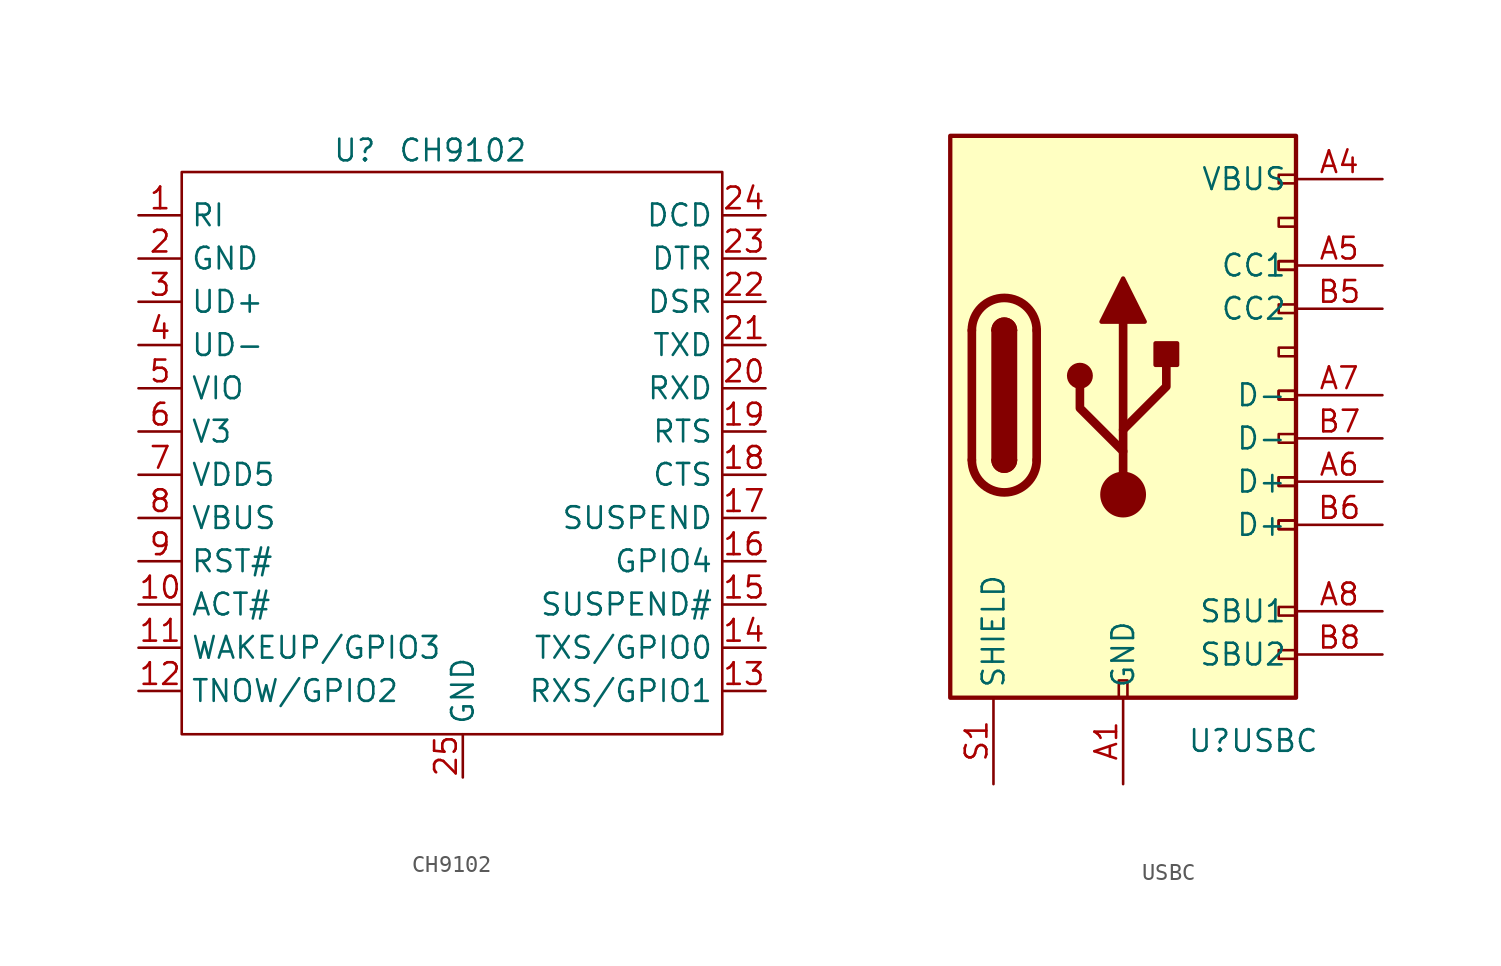
<source format=kicad_sym>
(kicad_symbol_lib
  (version 20211014)
  (generator kicad_symbol_editor)
  (symbol "CH9102"
    (property "Reference" "U"
      (at 12.7 3.81 0)
      (effects (font (size 1.27 1.27))))
    (property "Value" "CH9102"
      (at 19.05 3.81 0)
      (effects (font (size 1.27 1.27))))
    (symbol "CH9102_0_0"
      (pin bidirectional line (at 0 0 0) (length 2.54) (name "RI" (effects (font (size 1.27 1.27)))) (number "1" (effects (font (size 1.27 1.27)))))
      (pin bidirectional line (at 0 -22.86 0) (length 2.54) (name "ACT#" (effects (font (size 1.27 1.27)))) (number "10" (effects (font (size 1.27 1.27)))))
      (pin bidirectional line (at 0 -25.4 0) (length 2.54) (name "WAKEUP/GPIO3" (effects (font (size 1.27 1.27)))) (number "11" (effects (font (size 1.27 1.27)))))
      (pin bidirectional line (at 0 -27.94 0) (length 2.54) (name "TNOW/GPIO2" (effects (font (size 1.27 1.27)))) (number "12" (effects (font (size 1.27 1.27)))))
      (pin bidirectional line (at 36.83 -27.94 180) (length 2.54) (name "RXS/GPIO1" (effects (font (size 1.27 1.27)))) (number "13" (effects (font (size 1.27 1.27)))))
      (pin bidirectional line (at 36.83 -25.4 180) (length 2.54) (name "TXS/GPIO0" (effects (font (size 1.27 1.27)))) (number "14" (effects (font (size 1.27 1.27)))))
      (pin bidirectional line (at 36.83 -22.86 180) (length 2.54) (name "SUSPEND#" (effects (font (size 1.27 1.27)))) (number "15" (effects (font (size 1.27 1.27)))))
      (pin bidirectional line (at 36.83 -20.32 180) (length 2.54) (name "GPIO4" (effects (font (size 1.27 1.27)))) (number "16" (effects (font (size 1.27 1.27)))))
      (pin bidirectional line (at 36.83 -17.78 180) (length 2.54) (name "SUSPEND" (effects (font (size 1.27 1.27)))) (number "17" (effects (font (size 1.27 1.27)))))
      (pin bidirectional line (at 36.83 -15.24 180) (length 2.54) (name "CTS" (effects (font (size 1.27 1.27)))) (number "18" (effects (font (size 1.27 1.27)))))
      (pin bidirectional line (at 36.83 -12.7 180) (length 2.54) (name "RTS" (effects (font (size 1.27 1.27)))) (number "19" (effects (font (size 1.27 1.27)))))
      (pin power_in line (at 0 -2.54 0) (length 2.54) (name "GND" (effects (font (size 1.27 1.27)))) (number "2" (effects (font (size 1.27 1.27)))))
      (pin bidirectional line (at 36.83 -10.16 180) (length 2.54) (name "RXD" (effects (font (size 1.27 1.27)))) (number "20" (effects (font (size 1.27 1.27)))))
      (pin bidirectional line (at 36.83 -7.62 180) (length 2.54) (name "TXD" (effects (font (size 1.27 1.27)))) (number "21" (effects (font (size 1.27 1.27)))))
      (pin bidirectional line (at 36.83 -5.08 180) (length 2.54) (name "DSR" (effects (font (size 1.27 1.27)))) (number "22" (effects (font (size 1.27 1.27)))))
      (pin bidirectional line (at 36.83 -2.54 180) (length 2.54) (name "DTR" (effects (font (size 1.27 1.27)))) (number "23" (effects (font (size 1.27 1.27)))))
      (pin bidirectional line (at 36.83 0 180) (length 2.54) (name "DCD" (effects (font (size 1.27 1.27)))) (number "24" (effects (font (size 1.27 1.27)))))
      (pin power_in line (at 19.05 -33.02 90) (length 2.54) (name "GND" (effects (font (size 1.27 1.27)))) (number "25" (effects (font (size 1.27 1.27)))))
      (pin bidirectional line (at 0 -5.08 0) (length 2.54) (name "UD+" (effects (font (size 1.27 1.27)))) (number "3" (effects (font (size 1.27 1.27)))))
      (pin bidirectional line (at 0 -7.62 0) (length 2.54) (name "UD-" (effects (font (size 1.27 1.27)))) (number "4" (effects (font (size 1.27 1.27)))))
      (pin bidirectional line (at 0 -10.16 0) (length 2.54) (name "VIO" (effects (font (size 1.27 1.27)))) (number "5" (effects (font (size 1.27 1.27)))))
      (pin bidirectional line (at 0 -12.7 0) (length 2.54) (name "V3" (effects (font (size 1.27 1.27)))) (number "6" (effects (font (size 1.27 1.27)))))
      (pin power_in line (at 0 -15.24 0) (length 2.54) (name "VDD5" (effects (font (size 1.27 1.27)))) (number "7" (effects (font (size 1.27 1.27)))))
      (pin power_in line (at 0 -17.78 0) (length 2.54) (name "VBUS" (effects (font (size 1.27 1.27)))) (number "8" (effects (font (size 1.27 1.27)))))
      (pin bidirectional line (at 0 -20.32 0) (length 2.54) (name "RST#" (effects (font (size 1.27 1.27)))) (number "9" (effects (font (size 1.27 1.27))))))
    (symbol "CH9102_0_1"
      (rectangle (start 2.54 2.54) (end 34.29 -30.48) (stroke (width 0) (type default) (color 0 0 0 0)) (fill (type none)))))
  (symbol "USBC"
    (property "Reference" "U"
      (at 15.24 -2.54 0)
      (effects (font (size 1.27 1.27))))
    (property "Value" "USBC"
      (at 19.05 -2.54 0)
      (effects (font (size 1.27 1.27))))
    (symbol "USBC_0_0"
      (rectangle (start 9.906 0) (end 10.414 1.016) (stroke (width 0) (type default) (color 0 0 0 0)) (fill (type none)))
      (rectangle (start 20.32 2.794) (end 19.304 2.286) (stroke (width 0) (type default) (color 0 0 0 0)) (fill (type none)))
      (rectangle (start 20.32 5.334) (end 19.304 4.826) (stroke (width 0) (type default) (color 0 0 0 0)) (fill (type none)))
      (rectangle (start 20.32 10.414) (end 19.304 9.906) (stroke (width 0) (type default) (color 0 0 0 0)) (fill (type none)))
      (rectangle (start 20.32 10.414) (end 19.304 9.906) (stroke (width 0) (type default) (color 0 0 0 0)) (fill (type none)))
      (rectangle (start 20.32 12.954) (end 19.304 12.446) (stroke (width 0) (type default) (color 0 0 0 0)) (fill (type none)))
      (rectangle (start 20.32 12.954) (end 19.304 12.446) (stroke (width 0) (type default) (color 0 0 0 0)) (fill (type none)))
      (rectangle (start 20.32 15.494) (end 19.304 14.986) (stroke (width 0) (type default) (color 0 0 0 0)) (fill (type none)))
      (rectangle (start 20.32 18.034) (end 19.304 17.526) (stroke (width 0) (type default) (color 0 0 0 0)) (fill (type none)))
      (rectangle (start 20.32 18.034) (end 19.304 17.526) (stroke (width 0) (type default) (color 0 0 0 0)) (fill (type none)))
      (rectangle (start 20.32 20.574) (end 19.304 20.066) (stroke (width 0) (type default) (color 0 0 0 0)) (fill (type none)))
      (rectangle (start 20.32 23.114) (end 19.304 22.606) (stroke (width 0) (type default) (color 0 0 0 0)) (fill (type none)))
      (rectangle (start 20.32 25.654) (end 19.304 25.146) (stroke (width 0) (type default) (color 0 0 0 0)) (fill (type none)))
      (rectangle (start 20.32 25.654) (end 19.304 25.146) (stroke (width 0) (type default) (color 0 0 0 0)) (fill (type none)))
      (rectangle (start 20.32 28.194) (end 19.304 27.686) (stroke (width 0) (type default) (color 0 0 0 0)) (fill (type none)))
      (rectangle (start 20.32 30.734) (end 19.304 30.226) (stroke (width 0) (type default) (color 0 0 0 0)) (fill (type none))))
    (symbol "USBC_0_1"
      (polyline (pts (xy 1.27 13.97) (xy 1.27 21.59)) (stroke (width 0.508) (type default) (color 0 0 0 0)) (fill (type none)))
      (polyline (pts (xy 5.08 21.59) (xy 5.08 13.97)) (stroke (width 0.508) (type default) (color 0 0 0 0)) (fill (type none)))
      (rectangle (start 0 33.02) (end 20.32 0) (stroke (width 0.254) (type default) (color 0 0 0 0)) (fill (type background)))
      (arc (start 1.27 13.97) (mid 3.175 12.065) (end 5.08 13.97) (stroke (width 0.508) (type default) (color 0 0 0 0)) (fill (type none)))
      (arc (start 2.54 13.97) (mid 3.175 13.335) (end 3.81 13.97) (stroke (width 0.254) (type default) (color 0 0 0 0)) (fill (type none)))
      (arc (start 2.54 13.97) (mid 3.175 13.335) (end 3.81 13.97) (stroke (width 0.254) (type default) (color 0 0 0 0)) (fill (type outline)))
      (rectangle (start 2.54 13.97) (end 3.81 21.59) (stroke (width 0.254) (type default) (color 0 0 0 0)) (fill (type outline)))
      (arc (start 3.81 21.59) (mid 3.175 22.225) (end 2.54 21.59) (stroke (width 0.254) (type default) (color 0 0 0 0)) (fill (type none)))
      (arc (start 3.81 21.59) (mid 3.175 22.225) (end 2.54 21.59) (stroke (width 0.254) (type default) (color 0 0 0 0)) (fill (type outline)))
      (arc (start 5.08 21.59) (mid 3.175 23.495) (end 1.27 21.59) (stroke (width 0.508) (type default) (color 0 0 0 0)) (fill (type none))))
    (symbol "USBC_1_1"
      (polyline (pts (xy 10.16 11.938) (xy 10.16 22.098)) (stroke (width 0.508) (type default) (color 0 0 0 0)) (fill (type none)))
      (polyline (pts (xy 10.16 14.478) (xy 7.62 17.018) (xy 7.62 18.288)) (stroke (width 0.508) (type default) (color 0 0 0 0)) (fill (type none)))
      (polyline (pts (xy 10.16 15.748) (xy 12.7 18.288) (xy 12.7 19.558)) (stroke (width 0.508) (type default) (color 0 0 0 0)) (fill (type none)))
      (polyline (pts (xy 8.89 22.098) (xy 10.16 24.638) (xy 11.43 22.098) (xy 8.89 22.098)) (stroke (width 0.254) (type default) (color 0 0 0 0)) (fill (type outline)))
      (circle (center 7.62 18.923) (radius 0.635) (stroke (width 0.254) (type default) (color 0 0 0 0)) (fill (type outline)))
      (circle (center 10.16 11.938) (radius 1.27) (stroke (width 0) (type default) (color 0 0 0 0)) (fill (type outline)))
      (rectangle (start 12.065 19.558) (end 13.335 20.828) (stroke (width 0.254) (type default) (color 0 0 0 0)) (fill (type outline)))
      (pin passive line (at 10.16 -5.08 90) (length 5.08) (name "GND" (effects (font (size 1.27 1.27)))) (number "A1" (effects (font (size 1.27 1.27)))))
      (pin passive line (at 10.16 -5.08 90) (length 5.08) hide (name "GND" (effects (font (size 1.27 1.27)))) (number "A12" (effects (font (size 1.27 1.27)))))
      (pin passive line (at 25.4 30.48 180) (length 5.08) (name "VBUS" (effects (font (size 1.27 1.27)))) (number "A4" (effects (font (size 1.27 1.27)))))
      (pin bidirectional line (at 25.4 25.4 180) (length 5.08) (name "CC1" (effects (font (size 1.27 1.27)))) (number "A5" (effects (font (size 1.27 1.27)))))
      (pin bidirectional line (at 25.4 12.7 180) (length 5.08) (name "D+" (effects (font (size 1.27 1.27)))) (number "A6" (effects (font (size 1.27 1.27)))))
      (pin bidirectional line (at 25.4 17.78 180) (length 5.08) (name "D-" (effects (font (size 1.27 1.27)))) (number "A7" (effects (font (size 1.27 1.27)))))
      (pin bidirectional line (at 25.4 5.08 180) (length 5.08) (name "SBU1" (effects (font (size 1.27 1.27)))) (number "A8" (effects (font (size 1.27 1.27)))))
      (pin passive line (at 25.4 30.48 180) (length 5.08) hide (name "VBUS" (effects (font (size 1.27 1.27)))) (number "A9" (effects (font (size 1.27 1.27)))))
      (pin passive line (at 10.16 -5.08 90) (length 5.08) hide (name "GND" (effects (font (size 1.27 1.27)))) (number "B1" (effects (font (size 1.27 1.27)))))
      (pin passive line (at 10.16 -5.08 90) (length 5.08) hide (name "GND" (effects (font (size 1.27 1.27)))) (number "B12" (effects (font (size 1.27 1.27)))))
      (pin passive line (at 25.4 30.48 180) (length 5.08) hide (name "VBUS" (effects (font (size 1.27 1.27)))) (number "B4" (effects (font (size 1.27 1.27)))))
      (pin bidirectional line (at 25.4 22.86 180) (length 5.08) (name "CC2" (effects (font (size 1.27 1.27)))) (number "B5" (effects (font (size 1.27 1.27)))))
      (pin bidirectional line (at 25.4 10.16 180) (length 5.08) (name "D+" (effects (font (size 1.27 1.27)))) (number "B6" (effects (font (size 1.27 1.27)))))
      (pin bidirectional line (at 25.4 15.24 180) (length 5.08) (name "D-" (effects (font (size 1.27 1.27)))) (number "B7" (effects (font (size 1.27 1.27)))))
      (pin bidirectional line (at 25.4 2.54 180) (length 5.08) (name "SBU2" (effects (font (size 1.27 1.27)))) (number "B8" (effects (font (size 1.27 1.27)))))
      (pin passive line (at 25.4 30.48 180) (length 5.08) hide (name "VBUS" (effects (font (size 1.27 1.27)))) (number "B9" (effects (font (size 1.27 1.27)))))
      (pin passive line (at 2.54 -5.08 90) (length 5.08) (name "SHIELD" (effects (font (size 1.27 1.27)))) (number "S1" (effects (font (size 1.27 1.27))))))))
</source>
